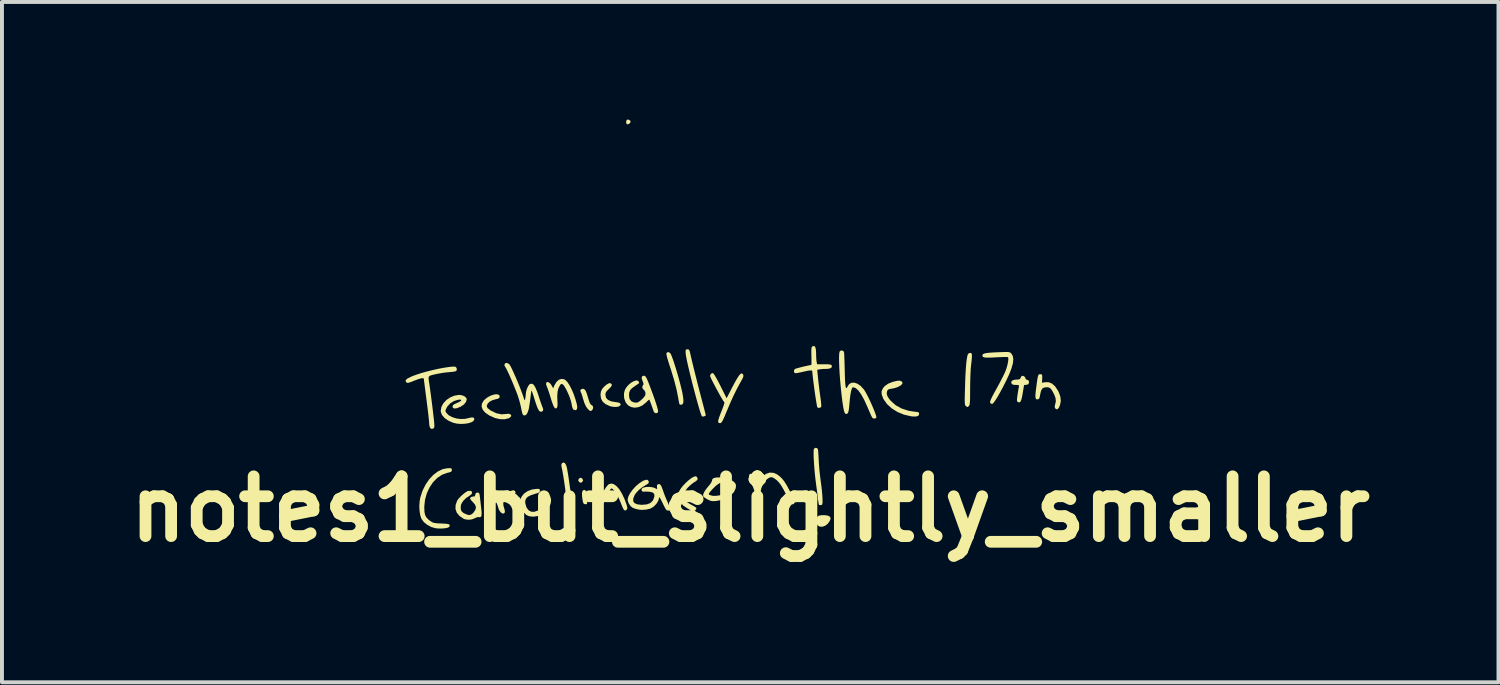
<source format=kicad_pcb>
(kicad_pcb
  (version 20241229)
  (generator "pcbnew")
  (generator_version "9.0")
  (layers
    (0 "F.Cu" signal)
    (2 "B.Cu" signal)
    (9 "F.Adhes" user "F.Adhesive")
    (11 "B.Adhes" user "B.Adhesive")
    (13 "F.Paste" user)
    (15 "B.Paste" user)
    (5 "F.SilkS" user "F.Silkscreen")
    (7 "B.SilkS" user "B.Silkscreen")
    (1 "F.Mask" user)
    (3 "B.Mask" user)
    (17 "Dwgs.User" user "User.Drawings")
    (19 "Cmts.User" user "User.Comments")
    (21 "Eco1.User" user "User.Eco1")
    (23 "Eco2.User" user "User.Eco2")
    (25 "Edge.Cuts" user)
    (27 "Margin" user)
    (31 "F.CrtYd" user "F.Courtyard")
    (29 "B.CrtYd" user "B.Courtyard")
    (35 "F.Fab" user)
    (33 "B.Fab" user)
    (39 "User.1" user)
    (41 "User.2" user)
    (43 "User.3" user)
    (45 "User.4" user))
  (footprint "notes1_but_slightly_smaller"
    (layer "F.Cu")
    (at 16.082 9.932)
    (property "Reference" "notes1_but_slightly_smaller" (at 0 0 0) (layer "F.SilkS") (effects (font (size 1.524 1.524) (thickness 0.3))))
    (attr board_only exclude_from_pos_files exclude_from_bom)
    (fp_poly (pts (xy -4.303 -0.793) (xy -4.278 -0.77) (xy -4.263 -0.732) (xy -4.272 -0.708) (xy -4.306 -0.673) (xy -4.343 -0.677) (xy -4.365 -0.694) (xy -4.385 -0.73) (xy -4.376 -0.763) (xy -4.343 -0.797)) (stroke (width 0) (type solid)) (fill yes) (layer "F.SilkS"))
    (fp_poly (pts (xy -3.102 -9.93) (xy -3.074 -9.916) (xy -3.05 -9.888) (xy -3.059 -9.855) (xy -3.06 -9.853) (xy -3.094 -9.82) (xy -3.132 -9.811) (xy -3.152 -9.821) (xy -3.165 -9.855) (xy -3.161 -9.897) (xy -3.144 -9.929) (xy -3.138 -9.932)) (stroke (width 0) (type solid)) (fill yes) (layer "F.SilkS"))
    (fp_poly (pts (xy -4.2 -0.476) (xy -4.179 -0.435) (xy -4.166 -0.363) (xy -4.159 -0.274) (xy -4.156 -0.199) (xy -4.158 -0.154) (xy -4.166 -0.132) (xy -4.183 -0.123) (xy -4.195 -0.121) (xy -4.239 -0.131) (xy -4.255 -0.15) (xy -4.267 -0.188) (xy -4.279 -0.25) (xy -4.287 -0.309) (xy -4.291 -0.4) (xy -4.279 -0.458) (xy -4.25 -0.485) (xy -4.228 -0.488)) (stroke (width 0) (type solid)) (fill yes) (layer "F.SilkS"))
    (fp_poly (pts (xy 1.954 0.162) (xy 2.006 0.177) (xy 2.021 0.187) (xy 2.046 0.219) (xy 2.048 0.252) (xy 2.028 0.301) (xy 2.023 0.312) (xy 1.973 0.379) (xy 1.91 0.426) (xy 1.842 0.45) (xy 1.777 0.449) (xy 1.724 0.42) (xy 1.708 0.401) (xy 1.688 0.341) (xy 1.688 0.269) (xy 1.707 0.204) (xy 1.72 0.185) (xy 1.755 0.167) (xy 1.815 0.157) (xy 1.886 0.155)) (stroke (width 0) (type solid)) (fill yes) (layer "F.SilkS"))
    (fp_poly (pts (xy -4.24 -3.062) (xy -4.215 -3.041) (xy -4.19 -3) (xy -4.164 -2.933) (xy -4.134 -2.834) (xy -4.124 -2.801) (xy -4.098 -2.722) (xy -4.074 -2.675) (xy -4.049 -2.653) (xy -4.045 -2.652) (xy -4.014 -2.628) (xy -4.006 -2.587) (xy -4.017 -2.543) (xy -4.044 -2.51) (xy -4.074 -2.501) (xy -4.102 -2.514) (xy -4.136 -2.545) (xy -4.187 -2.614) (xy -4.229 -2.704) (xy -4.267 -2.824) (xy -4.269 -2.834) (xy -4.289 -2.902) (xy -4.308 -2.957) (xy -4.322 -2.984) (xy -4.334 -3.022) (xy -4.315 -3.054) (xy -4.272 -3.068) (xy -4.269 -3.068)) (stroke (width 0) (type solid)) (fill yes) (layer "F.SilkS"))
    (fp_poly (pts (xy -3.531 -3.178) (xy -3.528 -3.172) (xy -3.536 -3.141) (xy -3.574 -3.093) (xy -3.605 -3.063) (xy -3.656 -3.013) (xy -3.683 -2.972) (xy -3.692 -2.929) (xy -3.693 -2.911) (xy -3.676 -2.837) (xy -3.626 -2.782) (xy -3.543 -2.746) (xy -3.441 -2.729) (xy -3.359 -2.717) (xy -3.314 -2.695) (xy -3.305 -2.663) (xy -3.314 -2.642) (xy -3.35 -2.617) (xy -3.411 -2.605) (xy -3.486 -2.606) (xy -3.562 -2.62) (xy -3.58 -2.626) (xy -3.689 -2.676) (xy -3.762 -2.738) (xy -3.804 -2.816) (xy -3.818 -2.912) (xy -3.818 -2.914) (xy -3.809 -2.991) (xy -3.78 -3.058) (xy -3.724 -3.123) (xy -3.67 -3.17) (xy -3.609 -3.207) (xy -3.562 -3.21)) (stroke (width 0) (type solid)) (fill yes) (layer "F.SilkS"))
    (fp_poly (pts (xy -2.04 -3.975) (xy -2.025 -3.952) (xy -1.998 -3.889) (xy -1.964 -3.796) (xy -1.926 -3.68) (xy -1.885 -3.548) (xy -1.844 -3.408) (xy -1.805 -3.267) (xy -1.77 -3.133) (xy -1.741 -3.013) (xy -1.729 -2.955) (xy -1.709 -2.837) (xy -1.703 -2.751) (xy -1.711 -2.696) (xy -1.734 -2.667) (xy -1.752 -2.661) (xy -1.789 -2.663) (xy -1.803 -2.671) (xy -1.811 -2.697) (xy -1.822 -2.75) (xy -1.834 -2.821) (xy -1.836 -2.833) (xy -1.878 -3.045) (xy -1.939 -3.283) (xy -2.02 -3.551) (xy -2.051 -3.643) (xy -2.084 -3.746) (xy -2.111 -3.837) (xy -2.13 -3.91) (xy -2.138 -3.958) (xy -2.138 -3.97) (xy -2.114 -4.001) (xy -2.077 -4.001)) (stroke (width 0) (type solid)) (fill yes) (layer "F.SilkS"))
    (fp_poly (pts (xy -4.725 -1.171) (xy -4.694 -1.118) (xy -4.675 -1.053) (xy -4.664 -0.994) (xy -4.649 -0.908) (xy -4.633 -0.804) (xy -4.617 -0.693) (xy -4.613 -0.664) (xy -4.594 -0.53) (xy -4.572 -0.377) (xy -4.55 -0.225) (xy -4.532 -0.102) (xy -4.516 0.014) (xy -4.506 0.097) (xy -4.503 0.153) (xy -4.506 0.188) (xy -4.514 0.206) (xy -4.552 0.232) (xy -4.589 0.227) (xy -4.603 0.212) (xy -4.611 0.185) (xy -4.623 0.124) (xy -4.638 0.034) (xy -4.656 -0.08) (xy -4.677 -0.214) (xy -4.698 -0.363) (xy -4.72 -0.521) (xy -4.738 -0.655) (xy -4.754 -0.761) (xy -4.771 -0.868) (xy -4.787 -0.96) (xy -4.798 -1.015) (xy -4.813 -1.084) (xy -4.817 -1.126) (xy -4.811 -1.152) (xy -4.797 -1.171) (xy -4.76 -1.189)) (stroke (width 0) (type solid)) (fill yes) (layer "F.SilkS"))
    (fp_poly (pts (xy -6.43 -2.923) (xy -6.396 -2.899) (xy -6.389 -2.871) (xy -6.398 -2.837) (xy -6.429 -2.815) (xy -6.49 -2.8) (xy -6.493 -2.8) (xy -6.579 -2.775) (xy -6.651 -2.735) (xy -6.7 -2.684) (xy -6.719 -2.629) (xy -6.718 -2.615) (xy -6.695 -2.573) (xy -6.636 -2.526) (xy -6.607 -2.507) (xy -6.472 -2.443) (xy -6.344 -2.416) (xy -6.235 -2.424) (xy -6.166 -2.431) (xy -6.118 -2.418) (xy -6.095 -2.392) (xy -6.101 -2.359) (xy -6.141 -2.326) (xy -6.164 -2.314) (xy -6.265 -2.29) (xy -6.384 -2.293) (xy -6.507 -2.322) (xy -6.526 -2.329) (xy -6.657 -2.389) (xy -6.756 -2.457) (xy -6.82 -2.531) (xy -6.85 -2.608) (xy -6.844 -2.685) (xy -6.8 -2.762) (xy -6.775 -2.789) (xy -6.705 -2.845) (xy -6.629 -2.888) (xy -6.553 -2.916) (xy -6.484 -2.928)) (stroke (width 0) (type solid)) (fill yes) (layer "F.SilkS"))
    (fp_poly (pts (xy -1.376 -0.833) (xy -1.357 -0.812) (xy -1.339 -0.774) (xy -1.352 -0.739) (xy -1.399 -0.702) (xy -1.422 -0.688) (xy -1.475 -0.652) (xy -1.539 -0.599) (xy -1.588 -0.552) (xy -1.665 -0.459) (xy -1.704 -0.375) (xy -1.705 -0.298) (xy -1.667 -0.227) (xy -1.591 -0.161) (xy -1.516 -0.117) (xy -1.45 -0.081) (xy -1.4 -0.05) (xy -1.375 -0.029) (xy -1.373 -0.026) (xy -1.38 0.003) (xy -1.406 0.036) (xy -1.437 0.057) (xy -1.446 0.059) (xy -1.47 0.05) (xy -1.518 0.027) (xy -1.581 -0.004) (xy -1.585 -0.007) (xy -1.703 -0.084) (xy -1.784 -0.171) (xy -1.826 -0.266) (xy -1.831 -0.371) (xy -1.809 -0.458) (xy -1.774 -0.519) (xy -1.717 -0.592) (xy -1.645 -0.668) (xy -1.568 -0.738) (xy -1.495 -0.794) (xy -1.447 -0.82) (xy -1.402 -0.836)) (stroke (width 0) (type solid)) (fill yes) (layer "F.SilkS"))
    (fp_poly (pts (xy 5.633 -3.977) (xy 5.646 -3.965) (xy 5.653 -3.939) (xy 5.654 -3.895) (xy 5.649 -3.826) (xy 5.639 -3.727) (xy 5.631 -3.658) (xy 5.623 -3.573) (xy 5.617 -3.459) (xy 5.612 -3.328) (xy 5.609 -3.188) (xy 5.608 -3.058) (xy 5.607 -2.92) (xy 5.606 -2.816) (xy 5.603 -2.74) (xy 5.598 -2.689) (xy 5.591 -2.655) (xy 5.582 -2.635) (xy 5.577 -2.629) (xy 5.551 -2.605) (xy 5.532 -2.603) (xy 5.501 -2.625) (xy 5.501 -2.625) (xy 5.489 -2.635) (xy 5.481 -2.651) (xy 5.475 -2.676) (xy 5.472 -2.716) (xy 5.47 -2.776) (xy 5.471 -2.861) (xy 5.474 -2.975) (xy 5.478 -3.122) (xy 5.485 -3.345) (xy 5.495 -3.537) (xy 5.507 -3.695) (xy 5.521 -3.818) (xy 5.537 -3.906) (xy 5.553 -3.953) (xy 5.587 -3.98) (xy 5.614 -3.982)) (stroke (width 0) (type solid)) (fill yes) (layer "F.SilkS"))
    (fp_poly (pts (xy -1.569 -4.068) (xy -1.549 -4.042) (xy -1.536 -3.996) (xy -1.515 -3.902) (xy -1.486 -3.778) (xy -1.45 -3.63) (xy -1.409 -3.465) (xy -1.365 -3.29) (xy -1.32 -3.112) (xy -1.275 -2.939) (xy -1.251 -2.847) (xy -1.218 -2.722) (xy -1.188 -2.609) (xy -1.164 -2.515) (xy -1.146 -2.444) (xy -1.135 -2.403) (xy -1.133 -2.394) (xy -1.149 -2.375) (xy -1.185 -2.362) (xy -1.221 -2.36) (xy -1.23 -2.363) (xy -1.243 -2.387) (xy -1.264 -2.444) (xy -1.291 -2.529) (xy -1.323 -2.638) (xy -1.359 -2.765) (xy -1.397 -2.906) (xy -1.437 -3.056) (xy -1.477 -3.209) (xy -1.515 -3.362) (xy -1.551 -3.508) (xy -1.583 -3.644) (xy -1.61 -3.764) (xy -1.63 -3.864) (xy -1.643 -3.938) (xy -1.647 -3.975) (xy -1.648 -4.033) (xy -1.642 -4.063) (xy -1.623 -4.073) (xy -1.602 -4.074)) (stroke (width 0) (type solid)) (fill yes) (layer "F.SilkS"))
    (fp_poly (pts (xy 3.861 -3.256) (xy 3.883 -3.225) (xy 3.877 -3.192) (xy 3.834 -3.15) (xy 3.763 -3.112) (xy 3.676 -3.083) (xy 3.61 -3.07) (xy 3.547 -3.06) (xy 3.513 -3.044) (xy 3.494 -3.016) (xy 3.49 -3.007) (xy 3.48 -2.947) (xy 3.495 -2.886) (xy 3.537 -2.817) (xy 3.588 -2.756) (xy 3.712 -2.647) (xy 3.863 -2.563) (xy 4.036 -2.507) (xy 4.177 -2.485) (xy 4.247 -2.477) (xy 4.286 -2.468) (xy 4.304 -2.453) (xy 4.308 -2.43) (xy 4.308 -2.424) (xy 4.291 -2.383) (xy 4.24 -2.362) (xy 4.156 -2.36) (xy 4.098 -2.367) (xy 3.92 -2.408) (xy 3.755 -2.476) (xy 3.61 -2.566) (xy 3.49 -2.676) (xy 3.401 -2.8) (xy 3.389 -2.824) (xy 3.353 -2.921) (xy 3.35 -3.003) (xy 3.382 -3.078) (xy 3.43 -3.135) (xy 3.514 -3.196) (xy 3.634 -3.244) (xy 3.758 -3.273) (xy 3.817 -3.274)) (stroke (width 0) (type solid)) (fill yes) (layer "F.SilkS"))
    (fp_poly (pts (xy 1.703 -1.556) (xy 1.727 -1.522) (xy 1.728 -1.519) (xy 1.732 -1.483) (xy 1.737 -1.417) (xy 1.742 -1.331) (xy 1.747 -1.234) (xy 1.747 -1.231) (xy 1.754 -1.114) (xy 1.766 -0.976) (xy 1.782 -0.833) (xy 1.799 -0.704) (xy 1.799 -0.703) (xy 1.815 -0.586) (xy 1.828 -0.467) (xy 1.838 -0.359) (xy 1.843 -0.275) (xy 1.843 -0.264) (xy 1.844 -0.186) (xy 1.841 -0.139) (xy 1.833 -0.114) (xy 1.817 -0.104) (xy 1.804 -0.101) (xy 1.767 -0.103) (xy 1.752 -0.111) (xy 1.745 -0.138) (xy 1.736 -0.191) (xy 1.73 -0.244) (xy 1.722 -0.307) (xy 1.711 -0.398) (xy 1.697 -0.506) (xy 1.681 -0.619) (xy 1.678 -0.645) (xy 1.661 -0.78) (xy 1.646 -0.92) (xy 1.634 -1.059) (xy 1.625 -1.191) (xy 1.618 -1.31) (xy 1.616 -1.41) (xy 1.617 -1.485) (xy 1.622 -1.53) (xy 1.626 -1.539) (xy 1.664 -1.562)) (stroke (width 0) (type solid)) (fill yes) (layer "F.SilkS"))
    (fp_poly (pts (xy -6.551 -0.559) (xy -6.524 -0.531) (xy -6.491 -0.477) (xy -6.463 -0.422) (xy -6.391 -0.277) (xy -6.322 -0.342) (xy -6.263 -0.386) (xy -6.187 -0.429) (xy -6.142 -0.449) (xy -6.078 -0.471) (xy -6.04 -0.479) (xy -6.016 -0.473) (xy -6.002 -0.462) (xy -5.983 -0.43) (xy -5.992 -0.398) (xy -6.034 -0.364) (xy -6.11 -0.323) (xy -6.122 -0.317) (xy -6.215 -0.266) (xy -6.273 -0.215) (xy -6.298 -0.157) (xy -6.294 -0.088) (xy -6.28 -0.04) (xy -6.263 0.02) (xy -6.256 0.069) (xy -6.258 0.086) (xy -6.285 0.114) (xy -6.323 0.112) (xy -6.365 0.081) (xy -6.387 0.051) (xy -6.414 0.001) (xy -6.428 -0.041) (xy -6.428 -0.047) (xy -6.437 -0.076) (xy -6.459 -0.132) (xy -6.493 -0.206) (xy -6.535 -0.292) (xy -6.535 -0.293) (xy -6.586 -0.397) (xy -6.616 -0.473) (xy -6.627 -0.524) (xy -6.619 -0.553) (xy -6.593 -0.566) (xy -6.577 -0.567)) (stroke (width 0) (type solid)) (fill yes) (layer "F.SilkS"))
    (fp_poly (pts (xy 6.984 -3.387) (xy 7.012 -3.356) (xy 7.014 -3.341) (xy 7.032 -3.309) (xy 7.064 -3.294) (xy 7.101 -3.276) (xy 7.11 -3.242) (xy 7.108 -3.228) (xy 7.096 -3.189) (xy 7.063 -3.172) (xy 7.042 -3.169) (xy 6.983 -3.163) (xy 6.951 -2.968) (xy 6.931 -2.857) (xy 6.911 -2.781) (xy 6.89 -2.737) (xy 6.864 -2.72) (xy 6.832 -2.727) (xy 6.82 -2.734) (xy 6.807 -2.748) (xy 6.802 -2.775) (xy 6.804 -2.821) (xy 6.814 -2.896) (xy 6.817 -2.915) (xy 6.829 -2.996) (xy 6.841 -3.066) (xy 6.85 -3.114) (xy 6.852 -3.121) (xy 6.855 -3.148) (xy 6.841 -3.161) (xy 6.801 -3.165) (xy 6.773 -3.165) (xy 6.711 -3.17) (xy 6.676 -3.186) (xy 6.663 -3.203) (xy 6.656 -3.246) (xy 6.684 -3.279) (xy 6.741 -3.298) (xy 6.791 -3.302) (xy 6.848 -3.305) (xy 6.879 -3.319) (xy 6.896 -3.349) (xy 6.897 -3.351) (xy 6.917 -3.387) (xy 6.934 -3.4)) (stroke (width 0) (type solid)) (fill yes) (layer "F.SilkS"))
    (fp_poly (pts (xy -5.373 -0.508) (xy -5.364 -0.488) (xy -5.363 -0.469) (xy -5.368 -0.441) (xy -5.387 -0.422) (xy -5.429 -0.405) (xy -5.481 -0.39) (xy -5.595 -0.353) (xy -5.674 -0.312) (xy -5.721 -0.262) (xy -5.739 -0.2) (xy -5.735 -0.141) (xy -5.704 -0.039) (xy -5.654 0.03) (xy -5.587 0.067) (xy -5.508 0.07) (xy -5.42 0.04) (xy -5.328 -0.025) (xy -5.288 -0.063) (xy -5.238 -0.116) (xy -5.21 -0.153) (xy -5.2 -0.187) (xy -5.202 -0.228) (xy -5.204 -0.246) (xy -5.209 -0.302) (xy -5.2 -0.334) (xy -5.179 -0.351) (xy -5.138 -0.357) (xy -5.107 -0.333) (xy -5.087 -0.286) (xy -5.079 -0.225) (xy -5.086 -0.156) (xy -5.108 -0.089) (xy -5.12 -0.066) (xy -5.173 0.002) (xy -5.244 0.071) (xy -5.32 0.13) (xy -5.39 0.169) (xy -5.41 0.176) (xy -5.525 0.194) (xy -5.629 0.185) (xy -5.701 0.156) (xy -5.766 0.096) (xy -5.817 0.01) (xy -5.848 -0.09) (xy -5.859 -0.191) (xy -5.845 -0.283) (xy -5.832 -0.313) (xy -5.772 -0.391) (xy -5.682 -0.454) (xy -5.574 -0.497) (xy -5.458 -0.514) (xy -5.401 -0.515)) (stroke (width 0) (type solid)) (fill yes) (layer "F.SilkS"))
    (fp_poly (pts (xy -3.839 -0.73) (xy -3.812 -0.68) (xy -3.789 -0.592) (xy -3.784 -0.566) (xy -3.76 -0.421) (xy -3.708 -0.511) (xy -3.668 -0.569) (xy -3.625 -0.617) (xy -3.606 -0.633) (xy -3.545 -0.652) (xy -3.479 -0.635) (xy -3.41 -0.585) (xy -3.34 -0.505) (xy -3.272 -0.396) (xy -3.209 -0.262) (xy -3.156 -0.121) (xy -3.138 -0.056) (xy -3.134 -0.016) (xy -3.146 0.01) (xy -3.146 0.01) (xy -3.176 0.036) (xy -3.207 0.03) (xy -3.218 0.024) (xy -3.234 -0.000175) (xy -3.259 -0.052) (xy -3.288 -0.123) (xy -3.303 -0.163) (xy -3.338 -0.246) (xy -3.381 -0.331) (xy -3.427 -0.409) (xy -3.472 -0.472) (xy -3.51 -0.514) (xy -3.535 -0.528) (xy -3.56 -0.509) (xy -3.596 -0.457) (xy -3.639 -0.373) (xy -3.684 -0.274) (xy -3.717 -0.199) (xy -3.742 -0.155) (xy -3.765 -0.133) (xy -3.79 -0.127) (xy -3.793 -0.127) (xy -3.811 -0.129) (xy -3.825 -0.138) (xy -3.837 -0.16) (xy -3.849 -0.202) (xy -3.862 -0.268) (xy -3.878 -0.365) (xy -3.885 -0.406) (xy -3.903 -0.522) (xy -3.914 -0.605) (xy -3.918 -0.661) (xy -3.915 -0.696) (xy -3.907 -0.714) (xy -3.871 -0.741)) (stroke (width 0) (type solid)) (fill yes) (layer "F.SilkS"))
    (fp_poly (pts (xy 7.426 -3.436) (xy 7.442 -3.422) (xy 7.447 -3.388) (xy 7.446 -3.325) (xy 7.445 -3.306) (xy 7.44 -3.221) (xy 7.509 -3.234) (xy 7.607 -3.236) (xy 7.696 -3.2) (xy 7.776 -3.128) (xy 7.849 -3.017) (xy 7.863 -2.991) (xy 7.908 -2.872) (xy 7.92 -2.762) (xy 7.903 -2.663) (xy 7.873 -2.587) (xy 7.839 -2.548) (xy 7.803 -2.547) (xy 7.777 -2.569) (xy 7.763 -2.602) (xy 7.771 -2.65) (xy 7.774 -2.66) (xy 7.794 -2.746) (xy 7.786 -2.83) (xy 7.751 -2.924) (xy 7.745 -2.936) (xy 7.701 -3.017) (xy 7.665 -3.068) (xy 7.628 -3.096) (xy 7.584 -3.106) (xy 7.562 -3.107) (xy 7.493 -3.099) (xy 7.447 -3.071) (xy 7.416 -3.016) (xy 7.396 -2.929) (xy 7.395 -2.928) (xy 7.383 -2.859) (xy 7.369 -2.82) (xy 7.35 -2.802) (xy 7.332 -2.798) (xy 7.303 -2.798) (xy 7.284 -2.813) (xy 7.274 -2.847) (xy 7.273 -2.905) (xy 7.28 -2.992) (xy 7.295 -3.112) (xy 7.296 -3.115) (xy 7.311 -3.234) (xy 7.324 -3.319) (xy 7.335 -3.377) (xy 7.346 -3.412) (xy 7.358 -3.431) (xy 7.374 -3.438) (xy 7.395 -3.439) (xy 7.397 -3.439)) (stroke (width 0) (type solid)) (fill yes) (layer "F.SilkS"))
    (fp_poly (pts (xy -7.651 -1.043) (xy -7.622 -1.036) (xy -7.611 -1.018) (xy -7.61 -0.997) (xy -7.614 -0.969) (xy -7.632 -0.95) (xy -7.672 -0.936) (xy -7.729 -0.923) (xy -7.86 -0.875) (xy -7.981 -0.794) (xy -8.089 -0.684) (xy -8.178 -0.552) (xy -8.248 -0.4) (xy -8.294 -0.236) (xy -8.312 -0.063) (xy -8.312 -0.039) (xy -8.308 0.07) (xy -8.291 0.151) (xy -8.258 0.213) (xy -8.205 0.269) (xy -8.161 0.303) (xy -8.121 0.329) (xy -8.084 0.347) (xy -8.038 0.357) (xy -7.975 0.364) (xy -7.883 0.368) (xy -7.878 0.368) (xy -7.78 0.373) (xy -7.716 0.38) (xy -7.68 0.39) (xy -7.665 0.404) (xy -7.668 0.44) (xy -7.681 0.459) (xy -7.721 0.477) (xy -7.789 0.49) (xy -7.874 0.497) (xy -7.964 0.495) (xy -8.027 0.488) (xy -8.133 0.458) (xy -8.236 0.403) (xy -8.323 0.332) (xy -8.383 0.251) (xy -8.384 0.25) (xy -8.415 0.161) (xy -8.433 0.047) (xy -8.439 -0.078) (xy -8.43 -0.204) (xy -8.414 -0.293) (xy -8.358 -0.465) (xy -8.28 -0.622) (xy -8.186 -0.76) (xy -8.078 -0.875) (xy -7.96 -0.963) (xy -7.837 -1.02) (xy -7.711 -1.043) (xy -7.709 -1.043)) (stroke (width 0) (type solid)) (fill yes) (layer "F.SilkS"))
    (fp_poly (pts (xy -4.745 -3.309) (xy -4.713 -3.291) (xy -4.663 -3.24) (xy -4.608 -3.157) (xy -4.553 -3.051) (xy -4.501 -2.929) (xy -4.456 -2.797) (xy -4.42 -2.664) (xy -4.418 -2.657) (xy -4.411 -2.584) (xy -4.425 -2.537) (xy -4.458 -2.52) (xy -4.507 -2.536) (xy -4.511 -2.538) (xy -4.528 -2.566) (xy -4.545 -2.621) (xy -4.555 -2.68) (xy -4.571 -2.751) (xy -4.599 -2.837) (xy -4.636 -2.93) (xy -4.677 -3.02) (xy -4.719 -3.098) (xy -4.757 -3.156) (xy -4.786 -3.184) (xy -4.818 -3.192) (xy -4.845 -3.168) (xy -4.85 -3.16) (xy -4.891 -3.081) (xy -4.914 -2.989) (xy -4.921 -2.876) (xy -4.918 -2.782) (xy -4.914 -2.692) (xy -4.915 -2.632) (xy -4.922 -2.597) (xy -4.936 -2.577) (xy -4.936 -2.577) (xy -4.96 -2.565) (xy -4.983 -2.575) (xy -5.007 -2.609) (xy -5.034 -2.671) (xy -5.067 -2.766) (xy -5.09 -2.841) (xy -5.119 -2.936) (xy -5.148 -3.022) (xy -5.172 -3.089) (xy -5.188 -3.128) (xy -5.208 -3.186) (xy -5.201 -3.224) (xy -5.174 -3.24) (xy -5.136 -3.231) (xy -5.094 -3.195) (xy -5.068 -3.157) (xy -5.025 -3.08) (xy -4.995 -3.152) (xy -4.945 -3.239) (xy -4.883 -3.296) (xy -4.815 -3.32)) (stroke (width 0) (type solid)) (fill yes) (layer "F.SilkS"))
    (fp_poly (pts (xy -0.946 -3.465) (xy -0.928 -3.444) (xy -0.896 -3.394) (xy -0.854 -3.321) (xy -0.805 -3.23) (xy -0.759 -3.14) (xy -0.602 -2.826) (xy -0.472 -3.079) (xy -0.4 -3.216) (xy -0.341 -3.32) (xy -0.294 -3.394) (xy -0.257 -3.439) (xy -0.228 -3.459) (xy -0.203 -3.455) (xy -0.182 -3.43) (xy -0.178 -3.423) (xy -0.173 -3.396) (xy -0.184 -3.355) (xy -0.215 -3.294) (xy -0.239 -3.252) (xy -0.325 -3.095) (xy -0.418 -2.907) (xy -0.514 -2.697) (xy -0.609 -2.471) (xy -0.613 -2.462) (xy -0.66 -2.349) (xy -0.696 -2.27) (xy -0.725 -2.22) (xy -0.747 -2.196) (xy -0.756 -2.192) (xy -0.794 -2.194) (xy -0.807 -2.201) (xy -0.817 -2.219) (xy -0.818 -2.249) (xy -0.807 -2.295) (xy -0.784 -2.364) (xy -0.747 -2.461) (xy -0.731 -2.5) (xy -0.694 -2.595) (xy -0.671 -2.661) (xy -0.66 -2.703) (xy -0.661 -2.727) (xy -0.671 -2.739) (xy -0.671 -2.739) (xy -0.687 -2.759) (xy -0.717 -2.808) (xy -0.758 -2.878) (xy -0.805 -2.963) (xy -0.856 -3.055) (xy -0.905 -3.148) (xy -0.951 -3.236) (xy -0.989 -3.311) (xy -1.014 -3.367) (xy -1.022 -3.384) (xy -1.019 -3.424) (xy -0.993 -3.456) (xy -0.956 -3.467)) (stroke (width 0) (type solid)) (fill yes) (layer "F.SilkS"))
    (fp_poly (pts (xy 6.565 -4.005) (xy 6.603 -4.001) (xy 6.627 -3.993) (xy 6.645 -3.98) (xy 6.657 -3.968) (xy 6.695 -3.905) (xy 6.709 -3.821) (xy 6.698 -3.716) (xy 6.662 -3.586) (xy 6.601 -3.431) (xy 6.527 -3.273) (xy 6.445 -3.111) (xy 6.37 -2.972) (xy 6.304 -2.856) (xy 6.248 -2.767) (xy 6.204 -2.708) (xy 6.174 -2.682) (xy 6.171 -2.681) (xy 6.136 -2.691) (xy 6.119 -2.71) (xy 6.116 -2.73) (xy 6.124 -2.763) (xy 6.145 -2.814) (xy 6.181 -2.887) (xy 6.234 -2.986) (xy 6.274 -3.058) (xy 6.335 -3.169) (xy 6.394 -3.281) (xy 6.446 -3.382) (xy 6.486 -3.465) (xy 6.506 -3.51) (xy 6.536 -3.593) (xy 6.56 -3.679) (xy 6.576 -3.759) (xy 6.583 -3.825) (xy 6.578 -3.866) (xy 6.571 -3.874) (xy 6.547 -3.877) (xy 6.49 -3.878) (xy 6.409 -3.876) (xy 6.311 -3.872) (xy 6.261 -3.869) (xy 6.137 -3.863) (xy 6.046 -3.862) (xy 5.985 -3.865) (xy 5.946 -3.875) (xy 5.927 -3.891) (xy 5.92 -3.915) (xy 5.92 -3.919) (xy 5.928 -3.942) (xy 5.954 -3.961) (xy 6.003 -3.975) (xy 6.078 -3.985) (xy 6.185 -3.993) (xy 6.307 -3.999) (xy 6.424 -4.003) (xy 6.507 -4.006)) (stroke (width 0) (type solid)) (fill yes) (layer "F.SilkS"))
    (fp_poly (pts (xy -0.754 -0.808) (xy -0.665 -0.804) (xy -0.601 -0.794) (xy -0.547 -0.775) (xy -0.502 -0.752) (xy -0.423 -0.701) (xy -0.378 -0.652) (xy -0.362 -0.598) (xy -0.37 -0.532) (xy -0.371 -0.528) (xy -0.416 -0.433) (xy -0.494 -0.35) (xy -0.601 -0.282) (xy -0.731 -0.233) (xy -0.869 -0.206) (xy -0.942 -0.201) (xy -0.997 -0.207) (xy -1.053 -0.228) (xy -1.088 -0.246) (xy -1.145 -0.279) (xy -1.187 -0.31) (xy -1.2 -0.327) (xy -1.2 -0.374) (xy -1.196 -0.382) (xy -1.059 -0.382) (xy -1.048 -0.368) (xy -1.031 -0.358) (xy -0.966 -0.339) (xy -0.88 -0.336) (xy -0.786 -0.349) (xy -0.722 -0.368) (xy -0.631 -0.408) (xy -0.566 -0.455) (xy -0.522 -0.507) (xy -0.494 -0.558) (xy -0.497 -0.594) (xy -0.532 -0.626) (xy -0.566 -0.644) (xy -0.646 -0.675) (xy -0.719 -0.679) (xy -0.792 -0.655) (xy -0.87 -0.6) (xy -0.959 -0.512) (xy -0.977 -0.493) (xy -1.026 -0.437) (xy -1.052 -0.402) (xy -1.059 -0.382) (xy -1.196 -0.382) (xy -1.171 -0.44) (xy -1.119 -0.518) (xy -1.068 -0.579) (xy -1.022 -0.635) (xy -0.989 -0.686) (xy -0.977 -0.719) (xy -0.967 -0.761) (xy -0.935 -0.788) (xy -0.875 -0.804) (xy -0.784 -0.808)) (stroke (width 0) (type solid)) (fill yes) (layer "F.SilkS"))
    (fp_poly (pts (xy -7.346 -2.901) (xy -7.285 -2.874) (xy -7.243 -2.837) (xy -7.229 -2.801) (xy -7.248 -2.732) (xy -7.301 -2.667) (xy -7.382 -2.612) (xy -7.397 -2.605) (xy -7.486 -2.571) (xy -7.549 -2.564) (xy -7.583 -2.584) (xy -7.591 -2.615) (xy -7.583 -2.644) (xy -7.556 -2.669) (xy -7.501 -2.696) (xy -7.485 -2.702) (xy -7.416 -2.735) (xy -7.376 -2.762) (xy -7.368 -2.782) (xy -7.393 -2.792) (xy -7.442 -2.789) (xy -7.552 -2.757) (xy -7.649 -2.697) (xy -7.723 -2.617) (xy -7.738 -2.592) (xy -7.764 -2.539) (xy -7.773 -2.506) (xy -7.765 -2.479) (xy -7.749 -2.453) (xy -7.689 -2.392) (xy -7.601 -2.344) (xy -7.495 -2.311) (xy -7.381 -2.296) (xy -7.269 -2.301) (xy -7.202 -2.316) (xy -7.117 -2.336) (xy -7.064 -2.335) (xy -7.039 -2.312) (xy -7.037 -2.282) (xy -7.061 -2.243) (xy -7.116 -2.212) (xy -7.194 -2.188) (xy -7.286 -2.175) (xy -7.386 -2.171) (xy -7.485 -2.18) (xy -7.576 -2.201) (xy -7.581 -2.203) (xy -7.704 -2.258) (xy -7.799 -2.326) (xy -7.863 -2.403) (xy -7.892 -2.486) (xy -7.893 -2.509) (xy -7.875 -2.607) (xy -7.824 -2.7) (xy -7.747 -2.782) (xy -7.651 -2.848) (xy -7.541 -2.893) (xy -7.425 -2.911) (xy -7.415 -2.911)) (stroke (width 0) (type solid)) (fill yes) (layer "F.SilkS"))
    (fp_poly (pts (xy -7.101 -0.447) (xy -7.092 -0.413) (xy -7.114 -0.373) (xy -7.166 -0.334) (xy -7.252 -0.277) (xy -7.322 -0.206) (xy -7.367 -0.131) (xy -7.379 -0.092) (xy -7.384 -0.008) (xy -7.365 0.052) (xy -7.316 0.097) (xy -7.282 0.115) (xy -7.205 0.147) (xy -7.148 0.152) (xy -7.1 0.13) (xy -7.055 0.087) (xy -7.007 0.016) (xy -6.994 -0.049) (xy -7.019 -0.115) (xy -7.076 -0.181) (xy -7.122 -0.229) (xy -7.142 -0.261) (xy -7.14 -0.285) (xy -7.137 -0.291) (xy -7.103 -0.314) (xy -7.066 -0.319) (xy -7.028 -0.324) (xy -7.013 -0.353) (xy -7.011 -0.368) (xy -6.998 -0.407) (xy -6.965 -0.42) (xy -6.956 -0.42) (xy -6.928 -0.417) (xy -6.912 -0.401) (xy -6.901 -0.364) (xy -6.893 -0.303) (xy -6.884 -0.226) (xy -6.873 -0.129) (xy -6.862 -0.031) (xy -6.859 -0.011) (xy -6.85 0.091) (xy -6.852 0.159) (xy -6.866 0.197) (xy -6.893 0.209) (xy -6.92 0.204) (xy -6.961 0.207) (xy -7.015 0.229) (xy -7.022 0.233) (xy -7.1 0.264) (xy -7.191 0.273) (xy -7.277 0.26) (xy -7.307 0.248) (xy -7.414 0.176) (xy -7.484 0.092) (xy -7.517 -0.004) (xy -7.512 -0.109) (xy -7.473 -0.217) (xy -7.44 -0.263) (xy -7.387 -0.319) (xy -7.325 -0.376) (xy -7.264 -0.424) (xy -7.213 -0.456) (xy -7.198 -0.461) (xy -7.136 -0.466)) (stroke (width 0) (type solid)) (fill yes) (layer "F.SilkS"))
    (fp_poly (pts (xy 0.593 -0.924) (xy 0.67 -0.893) (xy 0.742 -0.843) (xy 0.807 -0.782) (xy 0.87 -0.703) (xy 0.935 -0.599) (xy 1.007 -0.465) (xy 1.014 -0.452) (xy 1.071 -0.336) (xy 1.107 -0.25) (xy 1.124 -0.189) (xy 1.123 -0.149) (xy 1.103 -0.127) (xy 1.082 -0.121) (xy 1.062 -0.123) (xy 1.043 -0.138) (xy 1.019 -0.171) (xy 0.987 -0.227) (xy 0.944 -0.312) (xy 0.921 -0.359) (xy 0.853 -0.493) (xy 0.792 -0.597) (xy 0.736 -0.675) (xy 0.679 -0.734) (xy 0.618 -0.78) (xy 0.613 -0.783) (xy 0.564 -0.809) (xy 0.527 -0.813) (xy 0.487 -0.801) (xy 0.422 -0.757) (xy 0.359 -0.685) (xy 0.308 -0.598) (xy 0.28 -0.522) (xy 0.267 -0.457) (xy 0.266 -0.401) (xy 0.278 -0.335) (xy 0.285 -0.307) (xy 0.303 -0.225) (xy 0.304 -0.173) (xy 0.287 -0.146) (xy 0.252 -0.137) (xy 0.246 -0.137) (xy 0.223 -0.139) (xy 0.204 -0.151) (xy 0.188 -0.178) (xy 0.171 -0.226) (xy 0.15 -0.301) (xy 0.128 -0.387) (xy 0.106 -0.465) (xy 0.073 -0.56) (xy 0.036 -0.655) (xy 0.027 -0.675) (xy -0.011 -0.77) (xy -0.028 -0.836) (xy -0.026 -0.876) (xy -0.004 -0.896) (xy 0.02 -0.899) (xy 0.047 -0.889) (xy 0.075 -0.857) (xy 0.109 -0.795) (xy 0.12 -0.771) (xy 0.18 -0.644) (xy 0.234 -0.73) (xy 0.315 -0.831) (xy 0.403 -0.898) (xy 0.497 -0.93)) (stroke (width 0) (type solid)) (fill yes) (layer "F.SilkS"))
    (fp_poly (pts (xy -7.513 -3.627) (xy -7.49 -3.601) (xy -7.483 -3.567) (xy -7.486 -3.541) (xy -7.497 -3.523) (xy -7.524 -3.511) (xy -7.573 -3.502) (xy -7.651 -3.494) (xy -7.718 -3.488) (xy -7.81 -3.478) (xy -7.918 -3.46) (xy -8.022 -3.44) (xy -8.035 -3.437) (xy -8.119 -3.417) (xy -8.171 -3.399) (xy -8.197 -3.374) (xy -8.203 -3.335) (xy -8.196 -3.271) (xy -8.187 -3.216) (xy -8.175 -3.135) (xy -8.16 -3.027) (xy -8.143 -2.899) (xy -8.125 -2.761) (xy -8.107 -2.621) (xy -8.091 -2.487) (xy -8.077 -2.368) (xy -8.066 -2.271) (xy -8.06 -2.214) (xy -8.055 -2.14) (xy -8.056 -2.095) (xy -8.064 -2.07) (xy -8.083 -2.055) (xy -8.087 -2.053) (xy -8.126 -2.043) (xy -8.156 -2.063) (xy -8.177 -2.105) (xy -8.187 -2.17) (xy -8.187 -2.177) (xy -8.189 -2.218) (xy -8.196 -2.292) (xy -8.207 -2.393) (xy -8.221 -2.514) (xy -8.238 -2.649) (xy -8.255 -2.78) (xy -8.273 -2.919) (xy -8.289 -3.045) (xy -8.303 -3.154) (xy -8.314 -3.239) (xy -8.321 -3.297) (xy -8.323 -3.321) (xy -8.337 -3.338) (xy -8.378 -3.337) (xy -8.45 -3.318) (xy -8.553 -3.28) (xy -8.572 -3.273) (xy -8.653 -3.241) (xy -8.706 -3.223) (xy -8.739 -3.218) (xy -8.76 -3.224) (xy -8.772 -3.234) (xy -8.79 -3.266) (xy -8.778 -3.298) (xy -8.733 -3.333) (xy -8.653 -3.373) (xy -8.602 -3.395) (xy -8.497 -3.433) (xy -8.375 -3.472) (xy -8.241 -3.509) (xy -8.101 -3.544) (xy -7.963 -3.575) (xy -7.832 -3.6) (xy -7.714 -3.619) (xy -7.617 -3.631) (xy -7.545 -3.633)) (stroke (width 0) (type solid)) (fill yes) (layer "F.SilkS"))
    (fp_poly (pts (xy 1.655 -4.139) (xy 1.673 -4.08) (xy 1.68 -3.985) (xy 1.68 -3.966) (xy 1.682 -3.884) (xy 1.686 -3.809) (xy 1.692 -3.757) (xy 1.693 -3.754) (xy 1.705 -3.693) (xy 1.886 -3.693) (xy 1.974 -3.692) (xy 2.03 -3.687) (xy 2.062 -3.679) (xy 2.077 -3.665) (xy 2.079 -3.661) (xy 2.08 -3.618) (xy 2.045 -3.59) (xy 1.977 -3.576) (xy 1.947 -3.575) (xy 1.872 -3.573) (xy 1.8 -3.567) (xy 1.777 -3.564) (xy 1.708 -3.552) (xy 1.733 -3.305) (xy 1.746 -3.184) (xy 1.762 -3.051) (xy 1.779 -2.925) (xy 1.79 -2.848) (xy 1.802 -2.76) (xy 1.81 -2.684) (xy 1.812 -2.63) (xy 1.81 -2.609) (xy 1.785 -2.586) (xy 1.745 -2.579) (xy 1.714 -2.593) (xy 1.711 -2.596) (xy 1.704 -2.623) (xy 1.693 -2.682) (xy 1.679 -2.766) (xy 1.663 -2.868) (xy 1.646 -2.982) (xy 1.63 -3.101) (xy 1.615 -3.218) (xy 1.601 -3.325) (xy 1.591 -3.417) (xy 1.584 -3.487) (xy 1.583 -3.522) (xy 1.565 -3.534) (xy 1.513 -3.534) (xy 1.43 -3.521) (xy 1.324 -3.496) (xy 1.248 -3.479) (xy 1.185 -3.468) (xy 1.146 -3.465) (xy 1.14 -3.466) (xy 1.118 -3.492) (xy 1.116 -3.533) (xy 1.136 -3.569) (xy 1.138 -3.571) (xy 1.164 -3.582) (xy 1.217 -3.597) (xy 1.289 -3.616) (xy 1.368 -3.636) (xy 1.445 -3.653) (xy 1.509 -3.667) (xy 1.55 -3.673) (xy 1.555 -3.673) (xy 1.56 -3.691) (xy 1.562 -3.741) (xy 1.562 -3.814) (xy 1.561 -3.9) (xy 1.558 -4) (xy 1.559 -4.067) (xy 1.563 -4.11) (xy 1.572 -4.135) (xy 1.586 -4.148) (xy 1.627 -4.161)) (stroke (width 0) (type solid)) (fill yes) (layer "F.SilkS"))
    (fp_poly (pts (xy 2.38 -4.025) (xy 2.392 -4) (xy 2.395 -3.968) (xy 2.399 -3.904) (xy 2.402 -3.813) (xy 2.406 -3.703) (xy 2.409 -3.579) (xy 2.41 -3.543) (xy 2.414 -3.382) (xy 2.419 -3.258) (xy 2.427 -3.168) (xy 2.435 -3.111) (xy 2.447 -3.085) (xy 2.46 -3.088) (xy 2.477 -3.117) (xy 2.481 -3.125) (xy 2.524 -3.189) (xy 2.584 -3.221) (xy 2.656 -3.224) (xy 2.735 -3.196) (xy 2.816 -3.14) (xy 2.894 -3.056) (xy 2.901 -3.047) (xy 2.935 -2.993) (xy 2.977 -2.917) (xy 3.023 -2.826) (xy 3.07 -2.726) (xy 3.115 -2.624) (xy 3.156 -2.528) (xy 3.188 -2.444) (xy 3.21 -2.379) (xy 3.217 -2.34) (xy 3.217 -2.334) (xy 3.19 -2.31) (xy 3.149 -2.308) (xy 3.114 -2.328) (xy 3.112 -2.33) (xy 3.098 -2.356) (xy 3.072 -2.411) (xy 3.039 -2.487) (xy 3 -2.577) (xy 2.991 -2.599) (xy 2.91 -2.777) (xy 2.834 -2.916) (xy 2.763 -3.018) (xy 2.695 -3.081) (xy 2.632 -3.106) (xy 2.621 -3.107) (xy 2.598 -3.087) (xy 2.577 -3.029) (xy 2.557 -2.932) (xy 2.54 -2.796) (xy 2.533 -2.718) (xy 2.523 -2.607) (xy 2.513 -2.53) (xy 2.503 -2.479) (xy 2.49 -2.449) (xy 2.477 -2.435) (xy 2.449 -2.424) (xy 2.425 -2.432) (xy 2.405 -2.463) (xy 2.387 -2.521) (xy 2.37 -2.61) (xy 2.352 -2.733) (xy 2.346 -2.774) (xy 2.325 -2.949) (xy 2.307 -3.126) (xy 2.291 -3.3) (xy 2.279 -3.467) (xy 2.271 -3.621) (xy 2.266 -3.758) (xy 2.265 -3.871) (xy 2.269 -3.957) (xy 2.277 -4.009) (xy 2.278 -4.014) (xy 2.305 -4.041) (xy 2.345 -4.044)) (stroke (width 0) (type solid)) (fill yes) (layer "F.SilkS"))
    (fp_poly (pts (xy -2.695 -3.397) (xy -2.675 -3.385) (xy -2.654 -3.357) (xy -2.63 -3.309) (xy -2.599 -3.235) (xy -2.564 -3.146) (xy -2.499 -2.972) (xy -2.444 -2.82) (xy -2.401 -2.691) (xy -2.37 -2.59) (xy -2.352 -2.518) (xy -2.349 -2.479) (xy -2.35 -2.476) (xy -2.377 -2.447) (xy -2.416 -2.445) (xy -2.45 -2.469) (xy -2.46 -2.486) (xy -2.475 -2.527) (xy -2.497 -2.59) (xy -2.521 -2.657) (xy -2.545 -2.722) (xy -2.563 -2.77) (xy -2.572 -2.792) (xy -2.572 -2.792) (xy -2.588 -2.783) (xy -2.622 -2.754) (xy -2.654 -2.721) (xy -2.749 -2.644) (xy -2.848 -2.599) (xy -2.946 -2.585) (xy -3.036 -2.601) (xy -3.114 -2.645) (xy -3.174 -2.716) (xy -3.211 -2.812) (xy -3.219 -2.871) (xy -3.219 -2.954) (xy -3.201 -3.024) (xy -3.181 -3.068) (xy -3.138 -3.131) (xy -3.081 -3.188) (xy -3.018 -3.235) (xy -2.955 -3.267) (xy -2.9 -3.28) (xy -2.86 -3.271) (xy -2.845 -3.252) (xy -2.835 -3.221) (xy -2.833 -3.213) (xy -2.848 -3.2) (xy -2.888 -3.172) (xy -2.939 -3.138) (xy -3.015 -3.083) (xy -3.061 -3.033) (xy -3.085 -2.975) (xy -3.092 -2.899) (xy -3.092 -2.898) (xy -3.078 -2.812) (xy -3.036 -2.752) (xy -2.967 -2.719) (xy -2.887 -2.714) (xy -2.85 -2.729) (xy -2.799 -2.766) (xy -2.746 -2.814) (xy -2.701 -2.865) (xy -2.675 -2.907) (xy -2.675 -2.907) (xy -2.671 -2.966) (xy -2.696 -3.023) (xy -2.728 -3.054) (xy -2.752 -3.087) (xy -2.75 -3.132) (xy -2.732 -3.161) (xy -2.721 -3.186) (xy -2.73 -3.227) (xy -2.744 -3.261) (xy -2.767 -3.331) (xy -2.762 -3.378) (xy -2.731 -3.399) (xy -2.719 -3.4)) (stroke (width 0) (type solid)) (fill yes) (layer "F.SilkS"))
    (fp_poly (pts (xy -6.161 -3.707) (xy -6.141 -3.689) (xy -6.119 -3.656) (xy -6.086 -3.593) (xy -6.046 -3.506) (xy -6 -3.404) (xy -5.951 -3.292) (xy -5.903 -3.177) (xy -5.859 -3.065) (xy -5.821 -2.964) (xy -5.793 -2.885) (xy -5.771 -2.817) (xy -5.757 -2.783) (xy -5.748 -2.777) (xy -5.741 -2.797) (xy -5.737 -2.814) (xy -5.728 -2.873) (xy -5.725 -2.92) (xy -5.716 -2.992) (xy -5.695 -3.067) (xy -5.664 -3.134) (xy -5.63 -3.179) (xy -5.616 -3.189) (xy -5.576 -3.198) (xy -5.54 -3.185) (xy -5.505 -3.147) (xy -5.469 -3.079) (xy -5.429 -2.98) (xy -5.39 -2.865) (xy -5.359 -2.768) (xy -5.33 -2.684) (xy -5.306 -2.619) (xy -5.291 -2.581) (xy -5.289 -2.577) (xy -5.278 -2.532) (xy -5.295 -2.495) (xy -5.333 -2.481) (xy -5.36 -2.487) (xy -5.386 -2.509) (xy -5.411 -2.551) (xy -5.439 -2.617) (xy -5.473 -2.714) (xy -5.5 -2.801) (xy -5.528 -2.888) (xy -5.551 -2.959) (xy -5.569 -3.007) (xy -5.578 -3.025) (xy -5.578 -3.025) (xy -5.583 -3.004) (xy -5.591 -2.953) (xy -5.6 -2.88) (xy -5.607 -2.823) (xy -5.619 -2.728) (xy -5.633 -2.638) (xy -5.645 -2.565) (xy -5.651 -2.54) (xy -5.678 -2.46) (xy -5.712 -2.407) (xy -5.749 -2.385) (xy -5.787 -2.396) (xy -5.798 -2.408) (xy -5.811 -2.439) (xy -5.827 -2.496) (xy -5.839 -2.56) (xy -5.857 -2.645) (xy -5.883 -2.746) (xy -5.908 -2.833) (xy -5.935 -2.912) (xy -5.972 -3.009) (xy -6.015 -3.117) (xy -6.061 -3.229) (xy -6.108 -3.338) (xy -6.152 -3.439) (xy -6.192 -3.522) (xy -6.222 -3.583) (xy -6.242 -3.614) (xy -6.265 -3.655) (xy -6.268 -3.686) (xy -6.247 -3.719) (xy -6.207 -3.726)) (stroke (width 0) (type solid)) (fill yes) (layer "F.SilkS"))
    (fp_poly (pts (xy -2.617 -0.743) (xy -2.59 -0.71) (xy -2.59 -0.71) (xy -2.586 -0.678) (xy -2.604 -0.65) (xy -2.651 -0.619) (xy -2.673 -0.607) (xy -2.763 -0.55) (xy -2.849 -0.478) (xy -2.919 -0.401) (xy -2.951 -0.35) (xy -2.984 -0.264) (xy -2.984 -0.198) (xy -2.95 -0.151) (xy -2.883 -0.121) (xy -2.781 -0.109) (xy -2.757 -0.109) (xy -2.639 -0.119) (xy -2.552 -0.151) (xy -2.492 -0.205) (xy -2.47 -0.245) (xy -2.444 -0.324) (xy -2.446 -0.378) (xy -2.475 -0.414) (xy -2.507 -0.429) (xy -2.567 -0.441) (xy -2.64 -0.445) (xy -2.668 -0.445) (xy -2.726 -0.444) (xy -2.756 -0.451) (xy -2.768 -0.47) (xy -2.771 -0.484) (xy -2.764 -0.522) (xy -2.726 -0.547) (xy -2.726 -0.547) (xy -2.652 -0.563) (xy -2.565 -0.565) (xy -2.482 -0.554) (xy -2.435 -0.537) (xy -2.396 -0.517) (xy -2.375 -0.508) (xy -2.375 -0.508) (xy -2.375 -0.525) (xy -2.379 -0.564) (xy -2.377 -0.612) (xy -2.356 -0.632) (xy -2.32 -0.638) (xy -2.291 -0.622) (xy -2.264 -0.578) (xy -2.235 -0.502) (xy -2.228 -0.483) (xy -2.198 -0.396) (xy -2.158 -0.294) (xy -2.115 -0.195) (xy -2.107 -0.177) (xy -2.075 -0.102) (xy -2.051 -0.039) (xy -2.04 0.003) (xy -2.041 0.014) (xy -2.065 0.033) (xy -2.097 0.039) (xy -2.12 0.034) (xy -2.142 0.016) (xy -2.168 -0.021) (xy -2.201 -0.085) (xy -2.233 -0.151) (xy -2.272 -0.23) (xy -2.302 -0.282) (xy -2.319 -0.303) (xy -2.324 -0.297) (xy -2.343 -0.215) (xy -2.392 -0.134) (xy -2.461 -0.063) (xy -2.543 -0.014) (xy -2.55 -0.011) (xy -2.66 0.015) (xy -2.78 0.021) (xy -2.863 0.01) (xy -2.93 -0.008) (xy -2.987 -0.028) (xy -3.005 -0.037) (xy -3.058 -0.083) (xy -3.102 -0.151) (xy -3.125 -0.223) (xy -3.126 -0.242) (xy -3.11 -0.315) (xy -3.067 -0.4) (xy -3.002 -0.49) (xy -2.923 -0.578) (xy -2.834 -0.655) (xy -2.742 -0.715) (xy -2.728 -0.722) (xy -2.661 -0.747)) (stroke (width 0) (type solid)) (fill yes) (layer "F.SilkS")))
  (gr_rect
    (start -3 -3)
    (end 35.164 14.35)
    (stroke (width 0.1) (type default))
    (fill no)
    (layer "Edge.Cuts")))
</source>
